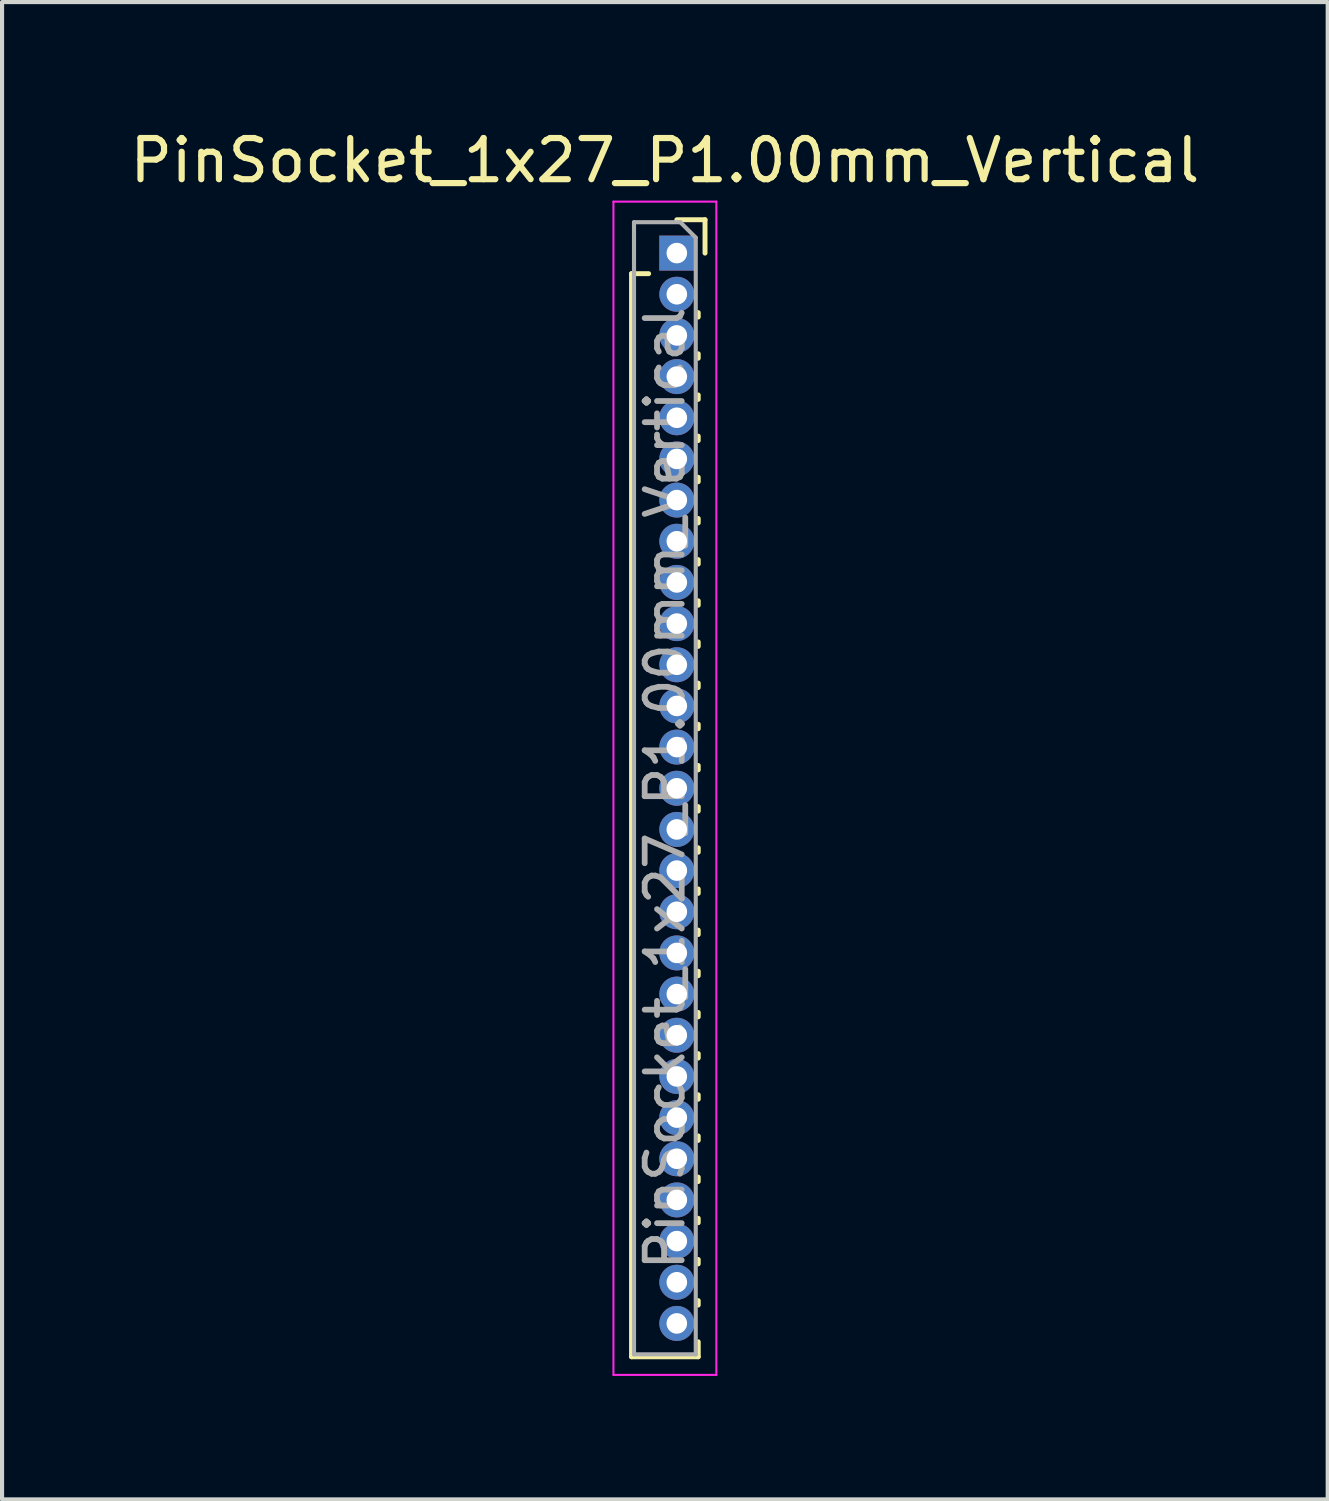
<source format=kicad_pcb>
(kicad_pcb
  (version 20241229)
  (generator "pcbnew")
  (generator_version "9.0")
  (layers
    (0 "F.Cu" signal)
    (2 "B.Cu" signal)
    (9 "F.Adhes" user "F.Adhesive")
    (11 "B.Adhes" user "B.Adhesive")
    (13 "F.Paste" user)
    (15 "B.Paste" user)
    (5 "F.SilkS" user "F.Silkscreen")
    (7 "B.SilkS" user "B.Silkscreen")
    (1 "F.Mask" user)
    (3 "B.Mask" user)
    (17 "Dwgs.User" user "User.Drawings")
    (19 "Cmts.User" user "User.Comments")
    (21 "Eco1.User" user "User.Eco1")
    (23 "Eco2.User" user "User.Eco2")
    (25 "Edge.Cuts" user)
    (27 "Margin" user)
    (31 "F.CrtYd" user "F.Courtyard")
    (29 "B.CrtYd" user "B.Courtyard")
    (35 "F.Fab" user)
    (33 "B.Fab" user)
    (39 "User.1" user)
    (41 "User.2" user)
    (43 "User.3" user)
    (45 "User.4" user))
  (footprint "PinSocket_1x27_P1.00mm_Vertical"
    (layer "F.Cu")
    (at 13.391 3.098)
    (property "Reference" "PinSocket_1x27_P1.00mm_Vertical" (at -0.29 -2.25 0) (layer "F.SilkS") (effects (font (size 1 1) (thickness 0.15))))
    (attr through_hole)
    (fp_line (start -1.1 0.5) (end -1.1 26.81) (stroke (width 0.12) (type solid)) (layer "F.SilkS"))
    (fp_line (start -1.1 0.5) (end -0.685 0.5) (stroke (width 0.12) (type solid)) (layer "F.SilkS"))
    (fp_line (start -1.1 26.81) (end 0.52 26.81) (stroke (width 0.12) (type solid)) (layer "F.SilkS"))
    (fp_line (start 0 -0.81) (end 0.685 -0.81) (stroke (width 0.12) (type solid)) (layer "F.SilkS"))
    (fp_line (start 0.52 1.446) (end 0.52 1.554) (stroke (width 0.12) (type solid)) (layer "F.SilkS"))
    (fp_line (start 0.52 2.446) (end 0.52 2.554) (stroke (width 0.12) (type solid)) (layer "F.SilkS"))
    (fp_line (start 0.52 3.446) (end 0.52 3.554) (stroke (width 0.12) (type solid)) (layer "F.SilkS"))
    (fp_line (start 0.52 4.446) (end 0.52 4.554) (stroke (width 0.12) (type solid)) (layer "F.SilkS"))
    (fp_line (start 0.52 5.446) (end 0.52 5.554) (stroke (width 0.12) (type solid)) (layer "F.SilkS"))
    (fp_line (start 0.52 6.446) (end 0.52 6.554) (stroke (width 0.12) (type solid)) (layer "F.SilkS"))
    (fp_line (start 0.52 7.446) (end 0.52 7.554) (stroke (width 0.12) (type solid)) (layer "F.SilkS"))
    (fp_line (start 0.52 8.446) (end 0.52 8.554) (stroke (width 0.12) (type solid)) (layer "F.SilkS"))
    (fp_line (start 0.52 9.446) (end 0.52 9.554) (stroke (width 0.12) (type solid)) (layer "F.SilkS"))
    (fp_line (start 0.52 10.446) (end 0.52 10.554) (stroke (width 0.12) (type solid)) (layer "F.SilkS"))
    (fp_line (start 0.52 11.446) (end 0.52 11.554) (stroke (width 0.12) (type solid)) (layer "F.SilkS"))
    (fp_line (start 0.52 12.446) (end 0.52 12.554) (stroke (width 0.12) (type solid)) (layer "F.SilkS"))
    (fp_line (start 0.52 13.446) (end 0.52 13.554) (stroke (width 0.12) (type solid)) (layer "F.SilkS"))
    (fp_line (start 0.52 14.446) (end 0.52 14.554) (stroke (width 0.12) (type solid)) (layer "F.SilkS"))
    (fp_line (start 0.52 15.446) (end 0.52 15.554) (stroke (width 0.12) (type solid)) (layer "F.SilkS"))
    (fp_line (start 0.52 16.446) (end 0.52 16.554) (stroke (width 0.12) (type solid)) (layer "F.SilkS"))
    (fp_line (start 0.52 17.446) (end 0.52 17.554) (stroke (width 0.12) (type solid)) (layer "F.SilkS"))
    (fp_line (start 0.52 18.446) (end 0.52 18.554) (stroke (width 0.12) (type solid)) (layer "F.SilkS"))
    (fp_line (start 0.52 19.446) (end 0.52 19.554) (stroke (width 0.12) (type solid)) (layer "F.SilkS"))
    (fp_line (start 0.52 20.446) (end 0.52 20.554) (stroke (width 0.12) (type solid)) (layer "F.SilkS"))
    (fp_line (start 0.52 21.446) (end 0.52 21.554) (stroke (width 0.12) (type solid)) (layer "F.SilkS"))
    (fp_line (start 0.52 22.446) (end 0.52 22.554) (stroke (width 0.12) (type solid)) (layer "F.SilkS"))
    (fp_line (start 0.52 23.446) (end 0.52 23.554) (stroke (width 0.12) (type solid)) (layer "F.SilkS"))
    (fp_line (start 0.52 24.446) (end 0.52 24.554) (stroke (width 0.12) (type solid)) (layer "F.SilkS"))
    (fp_line (start 0.52 25.446) (end 0.52 25.554) (stroke (width 0.12) (type solid)) (layer "F.SilkS"))
    (fp_line (start 0.52 26.446) (end 0.52 26.81) (stroke (width 0.12) (type solid)) (layer "F.SilkS"))
    (fp_line (start 0.685 -0.81) (end 0.685 0) (stroke (width 0.12) (type solid)) (layer "F.SilkS"))
    (fp_line (start -1.54 -1.25) (end 0.96 -1.25) (stroke (width 0.05) (type solid)) (layer "F.CrtYd"))
    (fp_line (start -1.54 27.25) (end -1.54 -1.25) (stroke (width 0.05) (type solid)) (layer "F.CrtYd"))
    (fp_line (start 0.96 -1.25) (end 0.96 27.25) (stroke (width 0.05) (type solid)) (layer "F.CrtYd"))
    (fp_line (start 0.96 27.25) (end -1.54 27.25) (stroke (width 0.05) (type solid)) (layer "F.CrtYd"))
    (fp_line (start -1.04 -0.75) (end 0.085 -0.75) (stroke (width 0.1) (type solid)) (layer "F.Fab"))
    (fp_line (start -1.04 26.75) (end -1.04 -0.75) (stroke (width 0.1) (type solid)) (layer "F.Fab"))
    (fp_line (start 0.085 -0.75) (end 0.46 -0.375) (stroke (width 0.1) (type solid)) (layer "F.Fab"))
    (fp_line (start 0.46 -0.375) (end 0.46 26.75) (stroke (width 0.1) (type solid)) (layer "F.Fab"))
    (fp_line (start 0.46 26.75) (end -1.04 26.75) (stroke (width 0.1) (type solid)) (layer "F.Fab"))
    (fp_text user "${REFERENCE}" (at -0.29 13 90) (layer "F.Fab") (effects (font (size 0.9 0.9) (thickness 0.14))))
    (pad "1" thru_hole rect (at 0 0) (size 0.85 0.85) (drill 0.5) (layers "*.Cu" "*.Mask"))
    (pad "2" thru_hole circle (at 0 1) (size 0.85 0.85) (drill 0.5) (layers "*.Cu" "*.Mask"))
    (pad "3" thru_hole circle (at 0 2) (size 0.85 0.85) (drill 0.5) (layers "*.Cu" "*.Mask"))
    (pad "4" thru_hole circle (at 0 3) (size 0.85 0.85) (drill 0.5) (layers "*.Cu" "*.Mask"))
    (pad "5" thru_hole circle (at 0 4) (size 0.85 0.85) (drill 0.5) (layers "*.Cu" "*.Mask"))
    (pad "6" thru_hole circle (at 0 5) (size 0.85 0.85) (drill 0.5) (layers "*.Cu" "*.Mask"))
    (pad "7" thru_hole circle (at 0 6) (size 0.85 0.85) (drill 0.5) (layers "*.Cu" "*.Mask"))
    (pad "8" thru_hole circle (at 0 7) (size 0.85 0.85) (drill 0.5) (layers "*.Cu" "*.Mask"))
    (pad "9" thru_hole circle (at 0 8) (size 0.85 0.85) (drill 0.5) (layers "*.Cu" "*.Mask"))
    (pad "10" thru_hole circle (at 0 9) (size 0.85 0.85) (drill 0.5) (layers "*.Cu" "*.Mask"))
    (pad "11" thru_hole circle (at 0 10) (size 0.85 0.85) (drill 0.5) (layers "*.Cu" "*.Mask"))
    (pad "12" thru_hole circle (at 0 11) (size 0.85 0.85) (drill 0.5) (layers "*.Cu" "*.Mask"))
    (pad "13" thru_hole circle (at 0 12) (size 0.85 0.85) (drill 0.5) (layers "*.Cu" "*.Mask"))
    (pad "14" thru_hole circle (at 0 13) (size 0.85 0.85) (drill 0.5) (layers "*.Cu" "*.Mask"))
    (pad "15" thru_hole circle (at 0 14) (size 0.85 0.85) (drill 0.5) (layers "*.Cu" "*.Mask"))
    (pad "16" thru_hole circle (at 0 15) (size 0.85 0.85) (drill 0.5) (layers "*.Cu" "*.Mask"))
    (pad "17" thru_hole circle (at 0 16) (size 0.85 0.85) (drill 0.5) (layers "*.Cu" "*.Mask"))
    (pad "18" thru_hole circle (at 0 17) (size 0.85 0.85) (drill 0.5) (layers "*.Cu" "*.Mask"))
    (pad "19" thru_hole circle (at 0 18) (size 0.85 0.85) (drill 0.5) (layers "*.Cu" "*.Mask"))
    (pad "20" thru_hole circle (at 0 19) (size 0.85 0.85) (drill 0.5) (layers "*.Cu" "*.Mask"))
    (pad "21" thru_hole circle (at 0 20) (size 0.85 0.85) (drill 0.5) (layers "*.Cu" "*.Mask"))
    (pad "22" thru_hole circle (at 0 21) (size 0.85 0.85) (drill 0.5) (layers "*.Cu" "*.Mask"))
    (pad "23" thru_hole circle (at 0 22) (size 0.85 0.85) (drill 0.5) (layers "*.Cu" "*.Mask"))
    (pad "24" thru_hole circle (at 0 23) (size 0.85 0.85) (drill 0.5) (layers "*.Cu" "*.Mask"))
    (pad "25" thru_hole circle (at 0 24) (size 0.85 0.85) (drill 0.5) (layers "*.Cu" "*.Mask"))
    (pad "26" thru_hole circle (at 0 25) (size 0.85 0.85) (drill 0.5) (layers "*.Cu" "*.Mask"))
    (pad "27" thru_hole circle (at 0 26) (size 0.85 0.85) (drill 0.5) (layers "*.Cu" "*.Mask")))
  (gr_rect
    (start -3 -3)
    (end 29.202 33.373)
    (stroke (width 0.1) (type default))
    (fill no)
    (layer "Edge.Cuts")))
</source>
